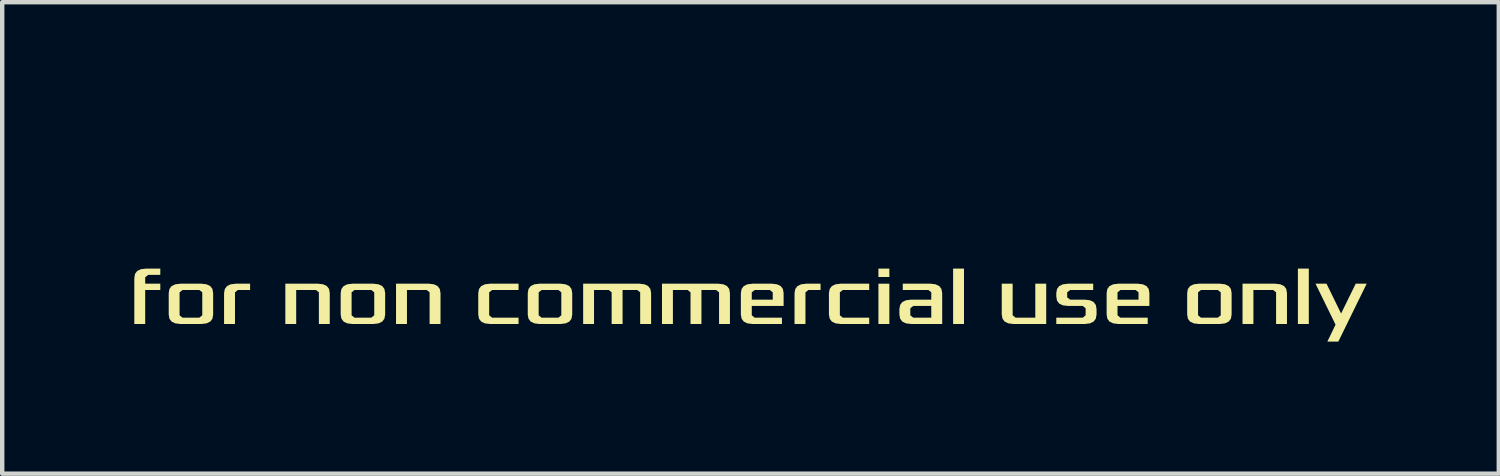
<source format=kicad_pcb>
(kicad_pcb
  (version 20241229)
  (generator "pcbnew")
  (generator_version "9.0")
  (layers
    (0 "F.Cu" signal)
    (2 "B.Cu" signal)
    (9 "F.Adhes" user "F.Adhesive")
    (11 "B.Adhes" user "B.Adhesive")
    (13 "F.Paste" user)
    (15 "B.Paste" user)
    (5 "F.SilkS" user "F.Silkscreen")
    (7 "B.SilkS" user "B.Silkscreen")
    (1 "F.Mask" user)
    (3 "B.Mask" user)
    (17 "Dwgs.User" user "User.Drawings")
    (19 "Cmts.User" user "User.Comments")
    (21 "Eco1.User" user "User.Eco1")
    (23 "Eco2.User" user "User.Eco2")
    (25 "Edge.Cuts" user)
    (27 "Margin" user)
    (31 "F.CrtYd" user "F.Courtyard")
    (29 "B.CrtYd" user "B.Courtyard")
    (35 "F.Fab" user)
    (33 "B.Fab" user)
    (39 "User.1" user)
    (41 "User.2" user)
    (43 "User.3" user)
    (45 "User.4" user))
  (footprint "kibuzzard-633E89D5"
    (layer "F.Cu")
    (at 13.992 3.878)
    (property "Reference" "kibuzzard-633E89D5" (at 0 -3.877 0) (layer "F.SilkS") (effects (font (size 0.001 0.001) (thickness 0.15))))
    (attr board_only exclude_from_pos_files exclude_from_bom)
    (fp_poly (pts (xy 2.905 -0.638) (xy 2.905 -0.829) (xy 3.153 -0.829) (xy 3.153 -0.638) (xy 2.905 -0.638)) (stroke (width 0) (type solid)) (fill yes) (layer "F.SilkS"))
    (fp_poly (pts (xy 2.905 0.429) (xy 2.905 -0.486) (xy 3.153 -0.486) (xy 3.153 0.429) (xy 2.905 0.429)) (stroke (width 0) (type solid)) (fill yes) (layer "F.SilkS"))
    (fp_poly (pts (xy 4.601 0.429) (xy 4.601 -0.829) (xy 4.848 -0.829) (xy 4.848 0.429) (xy 4.601 0.429)) (stroke (width 0) (type solid)) (fill yes) (layer "F.SilkS"))
    (fp_poly (pts (xy 12.43 0.429) (xy 12.43 -0.829) (xy 12.678 -0.829) (xy 12.678 0.429) (xy 12.43 0.429)) (stroke (width 0) (type solid)) (fill yes) (layer "F.SilkS"))
    (fp_poly (pts (xy 12.83 -0.486) (xy 13.08 -0.486) (xy 13.411 0.191) (xy 13.743 -0.486) (xy 13.992 -0.486) (xy 13.348 0.829) (xy 13.099 0.829) (xy 13.285 0.444) (xy 12.83 -0.486)) (stroke (width 0) (type solid)) (fill yes) (layer "F.SilkS"))
    (fp_poly (pts (xy -11.954 0.429) (xy -11.954 -0.272) (xy -11.937 -0.366) (xy -11.887 -0.432) (xy -11.804 -0.472) (xy -11.687 -0.486) (xy -11.363 -0.486) (xy -11.363 -0.343) (xy -11.64 -0.343) (xy -11.706 -0.29) (xy -11.706 0.429) (xy -11.954 0.429)) (stroke (width 0) (type solid)) (fill yes) (layer "F.SilkS"))
    (fp_poly (pts (xy 1 0.429) (xy 1 -0.272) (xy 1.017 -0.366) (xy 1.067 -0.432) (xy 1.15 -0.472) (xy 1.267 -0.486) (xy 1.591 -0.486) (xy 1.591 -0.343) (xy 1.314 -0.343) (xy 1.248 -0.29) (xy 1.248 0.429) (xy 1 0.429)) (stroke (width 0) (type solid)) (fill yes) (layer "F.SilkS"))
    (fp_poly (pts (xy -10.563 0.429) (xy -10.563 -0.486) (xy -9.82 -0.486) (xy -9.704 -0.472) (xy -9.62 -0.432) (xy -9.57 -0.366) (xy -9.554 -0.272) (xy -9.554 0.429) (xy -9.801 0.429) (xy -9.801 -0.29) (xy -9.868 -0.343) (xy -10.316 -0.343) (xy -10.316 0.429) (xy -10.563 0.429)) (stroke (width 0) (type solid)) (fill yes) (layer "F.SilkS"))
    (fp_poly (pts (xy -8.049 0.429) (xy -8.049 -0.486) (xy -7.306 -0.486) (xy -7.189 -0.472) (xy -7.106 -0.432) (xy -7.056 -0.366) (xy -7.039 -0.272) (xy -7.039 0.429) (xy -7.287 0.429) (xy -7.287 -0.29) (xy -7.353 -0.343) (xy -7.801 -0.343) (xy -7.801 0.429) (xy -8.049 0.429)) (stroke (width 0) (type solid)) (fill yes) (layer "F.SilkS"))
    (fp_poly (pts (xy 5.705 0.215) (xy 5.705 -0.486) (xy 5.953 -0.486) (xy 5.953 0.232) (xy 6.02 0.286) (xy 6.467 0.286) (xy 6.467 -0.486) (xy 6.715 -0.486) (xy 6.715 0.429) (xy 5.972 0.429) (xy 5.855 0.415) (xy 5.772 0.375) (xy 5.722 0.309) (xy 5.705 0.215)) (stroke (width 0) (type solid)) (fill yes) (layer "F.SilkS"))
    (fp_poly (pts (xy 11.173 0.429) (xy 11.173 -0.486) (xy 11.916 -0.486) (xy 12.032 -0.472) (xy 12.116 -0.432) (xy 12.166 -0.366) (xy 12.182 -0.272) (xy 12.182 0.429) (xy 11.935 0.429) (xy 11.935 -0.29) (xy 11.868 -0.343) (xy 11.42 -0.343) (xy 11.42 0.429) (xy 11.173 0.429)) (stroke (width 0) (type solid)) (fill yes) (layer "F.SilkS"))
    (fp_poly (pts (xy -13.992 0.429) (xy -13.992 -0.615) (xy -13.976 -0.709) (xy -13.926 -0.775) (xy -13.842 -0.815) (xy -13.726 -0.829) (xy -13.402 -0.829) (xy -13.402 -0.686) (xy -13.678 -0.686) (xy -13.745 -0.632) (xy -13.745 -0.486) (xy -13.402 -0.486) (xy -13.402 -0.343) (xy -13.745 -0.343) (xy -13.745 0.429) (xy -13.992 0.429)) (stroke (width 0) (type solid)) (fill yes) (layer "F.SilkS"))
    (fp_poly (pts (xy -6.182 0.215) (xy -6.182 -0.272) (xy -6.165 -0.366) (xy -6.115 -0.432) (xy -6.032 -0.472) (xy -5.915 -0.486) (xy -5.267 -0.486) (xy -5.267 -0.343) (xy -5.867 -0.343) (xy -5.934 -0.29) (xy -5.934 0.232) (xy -5.867 0.286) (xy -5.267 0.286) (xy -5.267 0.429) (xy -5.915 0.429) (xy -6.032 0.415) (xy -6.115 0.375) (xy -6.165 0.309) (xy -6.182 0.215)) (stroke (width 0) (type solid)) (fill yes) (layer "F.SilkS"))
    (fp_poly (pts (xy -3.8 0.429) (xy -3.8 -0.486) (xy -2.524 -0.486) (xy -2.407 -0.472) (xy -2.324 -0.432) (xy -2.274 -0.366) (xy -2.257 -0.272) (xy -2.257 0.429) (xy -2.505 0.429) (xy -2.505 -0.29) (xy -2.572 -0.343) (xy -2.905 -0.343) (xy -2.905 0.429) (xy -3.153 0.429) (xy -3.153 -0.29) (xy -3.219 -0.343) (xy -3.553 -0.343) (xy -3.553 0.429) (xy -3.8 0.429)) (stroke (width 0) (type solid)) (fill yes) (layer "F.SilkS"))
    (fp_poly (pts (xy -2.01 0.429) (xy -2.01 -0.486) (xy -0.733 -0.486) (xy -0.617 -0.472) (xy -0.533 -0.432) (xy -0.483 -0.366) (xy -0.467 -0.272) (xy -0.467 0.429) (xy -0.714 0.429) (xy -0.714 -0.29) (xy -0.781 -0.343) (xy -1.114 -0.343) (xy -1.114 0.429) (xy -1.362 0.429) (xy -1.362 -0.29) (xy -1.429 -0.343) (xy -1.762 -0.343) (xy -1.762 0.429) (xy -2.01 0.429)) (stroke (width 0) (type solid)) (fill yes) (layer "F.SilkS"))
    (fp_poly (pts (xy 1.781 0.215) (xy 1.781 -0.272) (xy 1.798 -0.366) (xy 1.848 -0.432) (xy 1.931 -0.472) (xy 2.048 -0.486) (xy 2.696 -0.486) (xy 2.696 -0.343) (xy 2.095 -0.343) (xy 2.029 -0.29) (xy 2.029 0.232) (xy 2.095 0.286) (xy 2.696 0.286) (xy 2.696 0.429) (xy 2.048 0.429) (xy 1.931 0.415) (xy 1.848 0.375) (xy 1.798 0.309) (xy 1.781 0.215)) (stroke (width 0) (type solid)) (fill yes) (layer "F.SilkS"))
    (fp_poly (pts (xy -0.219 0.215) (xy -0.219 -0.272) (xy -0.202 -0.366) (xy -0.152 -0.432) (xy -0.069 -0.472) (xy 0.048 -0.486) (xy 0.486 -0.486) (xy 0.602 -0.472) (xy 0.686 -0.432) (xy 0.736 -0.366) (xy 0.752 -0.272) (xy 0.752 0.019) (xy 0.029 0.019) (xy 0.029 -0.124) (xy 0.505 -0.124) (xy 0.505 -0.29) (xy 0.438 -0.343) (xy 0.095 -0.343) (xy 0.029 -0.29) (xy 0.029 -0.124) (xy 0.029 0.019) (xy 0.029 0.232) (xy 0.095 0.286) (xy 0.714 0.286) (xy 0.714 0.429) (xy 0.048 0.429) (xy -0.069 0.415) (xy -0.152 0.375) (xy -0.202 0.309) (xy -0.219 0.215)) (stroke (width 0) (type solid)) (fill yes) (layer "F.SilkS"))
    (fp_poly (pts (xy 8.087 0.215) (xy 8.087 -0.272) (xy 8.103 -0.366) (xy 8.153 -0.432) (xy 8.237 -0.472) (xy 8.353 -0.486) (xy 8.792 -0.486) (xy 8.908 -0.472) (xy 8.992 -0.432) (xy 9.042 -0.366) (xy 9.058 -0.272) (xy 9.058 0.019) (xy 8.334 0.019) (xy 8.334 -0.124) (xy 8.811 -0.124) (xy 8.811 -0.29) (xy 8.744 -0.343) (xy 8.401 -0.343) (xy 8.334 -0.29) (xy 8.334 -0.124) (xy 8.334 0.019) (xy 8.334 0.232) (xy 8.401 0.286) (xy 9.02 0.286) (xy 9.02 0.429) (xy 8.353 0.429) (xy 8.237 0.415) (xy 8.153 0.375) (xy 8.103 0.309) (xy 8.087 0.215)) (stroke (width 0) (type solid)) (fill yes) (layer "F.SilkS"))
    (fp_poly (pts (xy 3.381 0.215) (xy 3.381 0.09) (xy 3.398 -0.004) (xy 3.448 -0.07) (xy 3.531 -0.11) (xy 3.648 -0.124) (xy 4.105 -0.124) (xy 4.105 -0.29) (xy 4.039 -0.343) (xy 3.458 -0.343) (xy 3.458 -0.486) (xy 4.086 -0.486) (xy 4.203 -0.472) (xy 4.286 -0.432) (xy 4.336 -0.366) (xy 4.353 -0.272) (xy 4.353 0.429) (xy 3.696 0.429) (xy 3.696 0.286) (xy 4.105 0.286) (xy 4.105 0.019) (xy 3.696 0.019) (xy 3.629 0.072) (xy 3.629 0.232) (xy 3.696 0.286) (xy 3.696 0.429) (xy 3.648 0.429) (xy 3.531 0.415) (xy 3.448 0.375) (xy 3.398 0.309) (xy 3.381 0.215)) (stroke (width 0) (type solid)) (fill yes) (layer "F.SilkS"))
    (fp_poly (pts (xy -13.211 0.215) (xy -13.211 -0.272) (xy -13.195 -0.366) (xy -13.145 -0.432) (xy -13.061 -0.472) (xy -12.944 -0.486) (xy -12.468 -0.486) (xy -12.352 -0.472) (xy -12.268 -0.432) (xy -12.218 -0.366) (xy -12.202 -0.272) (xy -12.202 0.215) (xy -12.218 0.309) (xy -12.268 0.375) (xy -12.352 0.415) (xy -12.468 0.429) (xy -12.897 0.429) (xy -12.897 0.286) (xy -12.516 0.286) (xy -12.449 0.232) (xy -12.449 -0.29) (xy -12.516 -0.343) (xy -12.897 -0.343) (xy -12.964 -0.29) (xy -12.964 0.232) (xy -12.897 0.286) (xy -12.897 0.429) (xy -12.944 0.429) (xy -13.061 0.415) (xy -13.145 0.375) (xy -13.195 0.309) (xy -13.211 0.215)) (stroke (width 0) (type solid)) (fill yes) (layer "F.SilkS"))
    (fp_poly (pts (xy -9.306 0.215) (xy -9.306 -0.272) (xy -9.289 -0.366) (xy -9.239 -0.432) (xy -9.156 -0.472) (xy -9.039 -0.486) (xy -8.563 -0.486) (xy -8.446 -0.472) (xy -8.363 -0.432) (xy -8.313 -0.366) (xy -8.296 -0.272) (xy -8.296 0.215) (xy -8.313 0.309) (xy -8.363 0.375) (xy -8.446 0.415) (xy -8.563 0.429) (xy -8.992 0.429) (xy -8.992 0.286) (xy -8.611 0.286) (xy -8.544 0.232) (xy -8.544 -0.29) (xy -8.611 -0.343) (xy -8.992 -0.343) (xy -9.058 -0.29) (xy -9.058 0.232) (xy -8.992 0.286) (xy -8.992 0.429) (xy -9.039 0.429) (xy -9.156 0.415) (xy -9.239 0.375) (xy -9.289 0.309) (xy -9.306 0.215)) (stroke (width 0) (type solid)) (fill yes) (layer "F.SilkS"))
    (fp_poly (pts (xy -5.058 0.215) (xy -5.058 -0.272) (xy -5.041 -0.366) (xy -4.991 -0.432) (xy -4.908 -0.472) (xy -4.791 -0.486) (xy -4.315 -0.486) (xy -4.198 -0.472) (xy -4.115 -0.432) (xy -4.065 -0.366) (xy -4.048 -0.272) (xy -4.048 0.215) (xy -4.065 0.309) (xy -4.115 0.375) (xy -4.198 0.415) (xy -4.315 0.429) (xy -4.743 0.429) (xy -4.743 0.286) (xy -4.362 0.286) (xy -4.296 0.232) (xy -4.296 -0.29) (xy -4.362 -0.343) (xy -4.743 -0.343) (xy -4.81 -0.29) (xy -4.81 0.232) (xy -4.743 0.286) (xy -4.743 0.429) (xy -4.791 0.429) (xy -4.908 0.415) (xy -4.991 0.375) (xy -5.041 0.309) (xy -5.058 0.215)) (stroke (width 0) (type solid)) (fill yes) (layer "F.SilkS"))
    (fp_poly (pts (xy 9.916 0.215) (xy 9.916 -0.272) (xy 9.932 -0.366) (xy 9.982 -0.432) (xy 10.066 -0.472) (xy 10.182 -0.486) (xy 10.658 -0.486) (xy 10.775 -0.472) (xy 10.858 -0.432) (xy 10.909 -0.366) (xy 10.925 -0.272) (xy 10.925 0.215) (xy 10.909 0.309) (xy 10.858 0.375) (xy 10.775 0.415) (xy 10.658 0.429) (xy 10.23 0.429) (xy 10.23 0.286) (xy 10.611 0.286) (xy 10.678 0.232) (xy 10.678 -0.29) (xy 10.611 -0.343) (xy 10.23 -0.343) (xy 10.163 -0.29) (xy 10.163 0.232) (xy 10.23 0.286) (xy 10.23 0.429) (xy 10.182 0.429) (xy 10.066 0.415) (xy 9.982 0.375) (xy 9.932 0.309) (xy 9.916 0.215)) (stroke (width 0) (type solid)) (fill yes) (layer "F.SilkS"))
    (fp_poly (pts (xy 6.944 0.429) (xy 6.944 0.286) (xy 7.544 0.286) (xy 7.61 0.232) (xy 7.61 0.072) (xy 7.544 0.019) (xy 7.21 0.019) (xy 7.094 0.006) (xy 7.01 -0.034) (xy 6.96 -0.101) (xy 6.944 -0.194) (xy 6.944 -0.272) (xy 6.96 -0.366) (xy 7.01 -0.432) (xy 7.094 -0.472) (xy 7.21 -0.486) (xy 7.782 -0.486) (xy 7.782 -0.343) (xy 7.258 -0.343) (xy 7.191 -0.29) (xy 7.191 -0.177) (xy 7.258 -0.124) (xy 7.591 -0.124) (xy 7.708 -0.11) (xy 7.791 -0.07) (xy 7.841 -0.004) (xy 7.858 0.09) (xy 7.858 0.215) (xy 7.841 0.309) (xy 7.791 0.375) (xy 7.708 0.415) (xy 7.591 0.429) (xy 6.944 0.429)) (stroke (width 0) (type solid)) (fill yes) (layer "F.SilkS")))
  (gr_rect
    (start -3 -3)
    (end 30.984 7.706)
    (stroke (width 0.1) (type default))
    (fill no)
    (layer "Edge.Cuts")))
</source>
